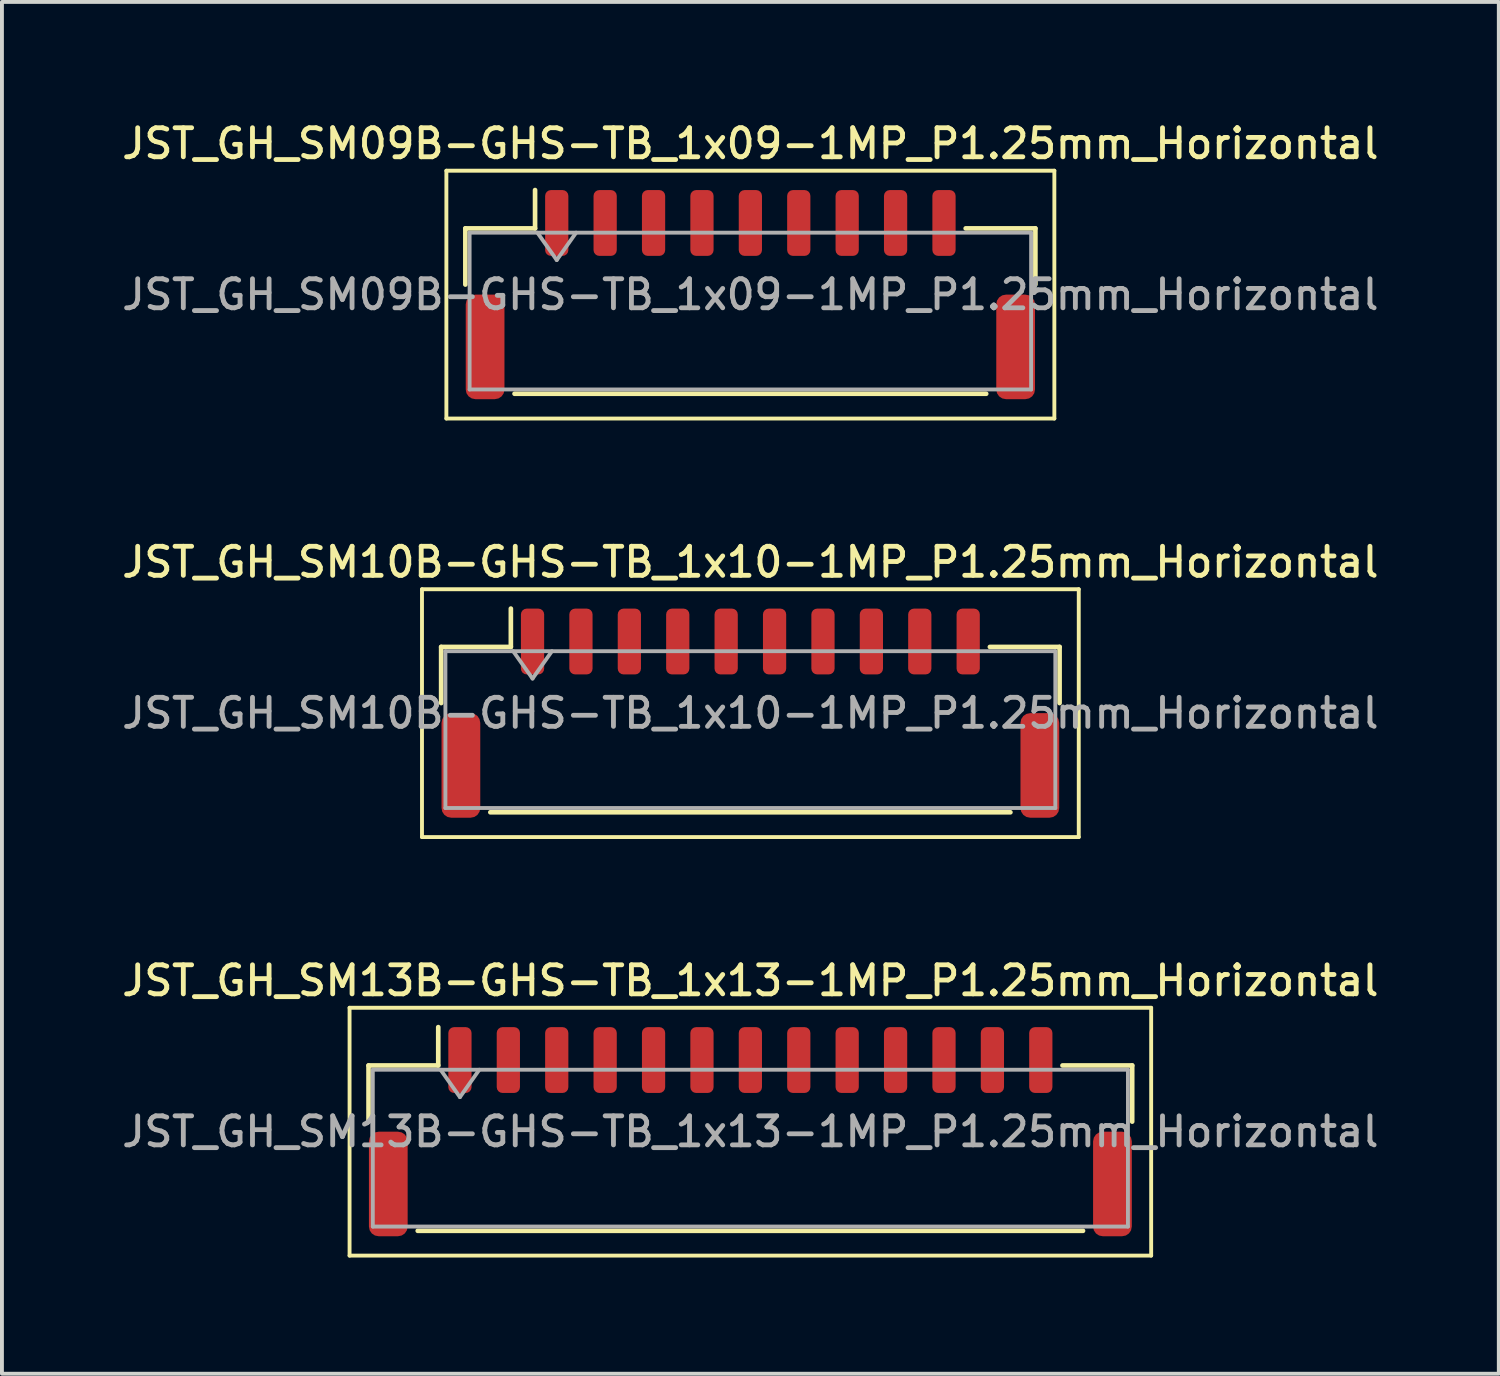
<source format=kicad_pcb>
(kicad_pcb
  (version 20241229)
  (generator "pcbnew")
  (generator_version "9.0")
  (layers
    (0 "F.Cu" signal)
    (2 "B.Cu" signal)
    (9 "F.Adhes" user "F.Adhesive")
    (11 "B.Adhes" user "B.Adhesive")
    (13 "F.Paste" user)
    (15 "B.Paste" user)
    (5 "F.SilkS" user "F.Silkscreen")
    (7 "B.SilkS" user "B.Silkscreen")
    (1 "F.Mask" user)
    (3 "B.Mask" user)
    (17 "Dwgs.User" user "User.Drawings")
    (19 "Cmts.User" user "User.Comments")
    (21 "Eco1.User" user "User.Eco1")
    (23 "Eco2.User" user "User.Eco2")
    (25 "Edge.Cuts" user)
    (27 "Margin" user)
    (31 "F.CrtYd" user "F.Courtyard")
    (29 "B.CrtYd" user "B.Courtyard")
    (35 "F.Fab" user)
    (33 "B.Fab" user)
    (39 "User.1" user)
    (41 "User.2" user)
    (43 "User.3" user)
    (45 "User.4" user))
  (footprint "JST_GH_SM09B-GHS-TB_1x09-1MP_P1.25mm_Horizontal"
    (layer "F.Cu")
    (at 16.327 4.558)
    (property "Reference" "JST_GH_SM09B-GHS-TB_1x09-1MP_P1.25mm_Horizontal" (at 0 -3.9 0) (layer "F.SilkS") (effects (font (size 0.75 0.75) (thickness 0.125))))
    (attr smd)
    (fp_line (start -7.85 -3.2) (end -7.85 3.2) (stroke (width 0.1) (type solid)) (layer "F.SilkS"))
    (fp_line (start -7.85 3.2) (end 7.85 3.2) (stroke (width 0.1) (type solid)) (layer "F.SilkS"))
    (fp_line (start -7.36 -1.71) (end -5.56 -1.71) (stroke (width 0.12) (type solid)) (layer "F.SilkS"))
    (fp_line (start -7.36 -0.26) (end -7.36 -1.71) (stroke (width 0.12) (type solid)) (layer "F.SilkS"))
    (fp_line (start -6.09 2.56) (end 6.09 2.56) (stroke (width 0.12) (type solid)) (layer "F.SilkS"))
    (fp_line (start -5.56 -1.71) (end -5.56 -2.7) (stroke (width 0.12) (type solid)) (layer "F.SilkS"))
    (fp_line (start 7.36 -1.71) (end 5.56 -1.71) (stroke (width 0.12) (type solid)) (layer "F.SilkS"))
    (fp_line (start 7.36 -0.26) (end 7.36 -1.71) (stroke (width 0.12) (type solid)) (layer "F.SilkS"))
    (fp_line (start 7.85 -3.2) (end -7.85 -3.2) (stroke (width 0.1) (type solid)) (layer "F.SilkS"))
    (fp_line (start 7.85 3.2) (end 7.85 -3.2) (stroke (width 0.1) (type solid)) (layer "F.SilkS"))
    (fp_line (start -7.25 -1.6) (end -7.25 2.45) (stroke (width 0.1) (type solid)) (layer "F.Fab"))
    (fp_line (start -7.25 -1.6) (end 7.25 -1.6) (stroke (width 0.1) (type solid)) (layer "F.Fab"))
    (fp_line (start -7.25 2.45) (end 7.25 2.45) (stroke (width 0.1) (type solid)) (layer "F.Fab"))
    (fp_line (start -5.5 -1.6) (end -5 -0.893) (stroke (width 0.1) (type solid)) (layer "F.Fab"))
    (fp_line (start -5 -0.893) (end -4.5 -1.6) (stroke (width 0.1) (type solid)) (layer "F.Fab"))
    (fp_line (start 7.25 -1.6) (end 7.25 2.45) (stroke (width 0.1) (type solid)) (layer "F.Fab"))
    (fp_text user "${REFERENCE}" (at 0 0 0) (layer "F.Fab") (effects (font (size 0.75 0.75) (thickness 0.125))))
    (pad "1" smd roundrect (at -5 -1.85) (size 0.6 1.7) (layers "F.Cu" "F.Mask" "F.Paste") (roundrect_rratio 0.25))
    (pad "2" smd roundrect (at -3.75 -1.85) (size 0.6 1.7) (layers "F.Cu" "F.Mask" "F.Paste") (roundrect_rratio 0.25))
    (pad "3" smd roundrect (at -2.5 -1.85) (size 0.6 1.7) (layers "F.Cu" "F.Mask" "F.Paste") (roundrect_rratio 0.25))
    (pad "4" smd roundrect (at -1.25 -1.85) (size 0.6 1.7) (layers "F.Cu" "F.Mask" "F.Paste") (roundrect_rratio 0.25))
    (pad "5" smd roundrect (at 0 -1.85) (size 0.6 1.7) (layers "F.Cu" "F.Mask" "F.Paste") (roundrect_rratio 0.25))
    (pad "6" smd roundrect (at 1.25 -1.85) (size 0.6 1.7) (layers "F.Cu" "F.Mask" "F.Paste") (roundrect_rratio 0.25))
    (pad "7" smd roundrect (at 2.5 -1.85) (size 0.6 1.7) (layers "F.Cu" "F.Mask" "F.Paste") (roundrect_rratio 0.25))
    (pad "8" smd roundrect (at 3.75 -1.85) (size 0.6 1.7) (layers "F.Cu" "F.Mask" "F.Paste") (roundrect_rratio 0.25))
    (pad "9" smd roundrect (at 5 -1.85) (size 0.6 1.7) (layers "F.Cu" "F.Mask" "F.Paste") (roundrect_rratio 0.25))
    (pad "MP" smd roundrect (at -6.85 1.35) (size 1 2.7) (layers "F.Cu" "F.Mask" "F.Paste") (roundrect_rratio 0.25))
    (pad "MP" smd roundrect (at 6.85 1.35) (size 1 2.7) (layers "F.Cu" "F.Mask" "F.Paste") (roundrect_rratio 0.25)))
  (footprint "JST_GH_SM13B-GHS-TB_1x13-1MP_P1.25mm_Horizontal"
    (layer "F.Cu")
    (at 16.327 26.174)
    (property "Reference" "JST_GH_SM13B-GHS-TB_1x13-1MP_P1.25mm_Horizontal" (at 0 -3.9 0) (layer "F.SilkS") (effects (font (size 0.75 0.75) (thickness 0.125))))
    (attr smd)
    (fp_line (start -10.35 -3.2) (end -10.35 3.2) (stroke (width 0.1) (type solid)) (layer "F.SilkS"))
    (fp_line (start -10.35 3.2) (end 10.35 3.2) (stroke (width 0.1) (type solid)) (layer "F.SilkS"))
    (fp_line (start -9.86 -1.71) (end -8.06 -1.71) (stroke (width 0.12) (type solid)) (layer "F.SilkS"))
    (fp_line (start -9.86 -0.26) (end -9.86 -1.71) (stroke (width 0.12) (type solid)) (layer "F.SilkS"))
    (fp_line (start -8.59 2.56) (end 8.59 2.56) (stroke (width 0.12) (type solid)) (layer "F.SilkS"))
    (fp_line (start -8.06 -1.71) (end -8.06 -2.7) (stroke (width 0.12) (type solid)) (layer "F.SilkS"))
    (fp_line (start 9.86 -1.71) (end 8.06 -1.71) (stroke (width 0.12) (type solid)) (layer "F.SilkS"))
    (fp_line (start 9.86 -0.26) (end 9.86 -1.71) (stroke (width 0.12) (type solid)) (layer "F.SilkS"))
    (fp_line (start 10.35 -3.2) (end -10.35 -3.2) (stroke (width 0.1) (type solid)) (layer "F.SilkS"))
    (fp_line (start 10.35 3.2) (end 10.35 -3.2) (stroke (width 0.1) (type solid)) (layer "F.SilkS"))
    (fp_line (start -9.75 -1.6) (end -9.75 2.45) (stroke (width 0.1) (type solid)) (layer "F.Fab"))
    (fp_line (start -9.75 -1.6) (end 9.75 -1.6) (stroke (width 0.1) (type solid)) (layer "F.Fab"))
    (fp_line (start -9.75 2.45) (end 9.75 2.45) (stroke (width 0.1) (type solid)) (layer "F.Fab"))
    (fp_line (start -8 -1.6) (end -7.5 -0.893) (stroke (width 0.1) (type solid)) (layer "F.Fab"))
    (fp_line (start -7.5 -0.893) (end -7 -1.6) (stroke (width 0.1) (type solid)) (layer "F.Fab"))
    (fp_line (start 9.75 -1.6) (end 9.75 2.45) (stroke (width 0.1) (type solid)) (layer "F.Fab"))
    (fp_text user "${REFERENCE}" (at 0 0 0) (layer "F.Fab") (effects (font (size 0.75 0.75) (thickness 0.125))))
    (pad "1" smd roundrect (at -7.5 -1.85) (size 0.6 1.7) (layers "F.Cu" "F.Mask" "F.Paste") (roundrect_rratio 0.25))
    (pad "2" smd roundrect (at -6.25 -1.85) (size 0.6 1.7) (layers "F.Cu" "F.Mask" "F.Paste") (roundrect_rratio 0.25))
    (pad "3" smd roundrect (at -5 -1.85) (size 0.6 1.7) (layers "F.Cu" "F.Mask" "F.Paste") (roundrect_rratio 0.25))
    (pad "4" smd roundrect (at -3.75 -1.85) (size 0.6 1.7) (layers "F.Cu" "F.Mask" "F.Paste") (roundrect_rratio 0.25))
    (pad "5" smd roundrect (at -2.5 -1.85) (size 0.6 1.7) (layers "F.Cu" "F.Mask" "F.Paste") (roundrect_rratio 0.25))
    (pad "6" smd roundrect (at -1.25 -1.85) (size 0.6 1.7) (layers "F.Cu" "F.Mask" "F.Paste") (roundrect_rratio 0.25))
    (pad "7" smd roundrect (at 0 -1.85) (size 0.6 1.7) (layers "F.Cu" "F.Mask" "F.Paste") (roundrect_rratio 0.25))
    (pad "8" smd roundrect (at 1.25 -1.85) (size 0.6 1.7) (layers "F.Cu" "F.Mask" "F.Paste") (roundrect_rratio 0.25))
    (pad "9" smd roundrect (at 2.5 -1.85) (size 0.6 1.7) (layers "F.Cu" "F.Mask" "F.Paste") (roundrect_rratio 0.25))
    (pad "10" smd roundrect (at 3.75 -1.85) (size 0.6 1.7) (layers "F.Cu" "F.Mask" "F.Paste") (roundrect_rratio 0.25))
    (pad "11" smd roundrect (at 5 -1.85) (size 0.6 1.7) (layers "F.Cu" "F.Mask" "F.Paste") (roundrect_rratio 0.25))
    (pad "12" smd roundrect (at 6.25 -1.85) (size 0.6 1.7) (layers "F.Cu" "F.Mask" "F.Paste") (roundrect_rratio 0.25))
    (pad "13" smd roundrect (at 7.5 -1.85) (size 0.6 1.7) (layers "F.Cu" "F.Mask" "F.Paste") (roundrect_rratio 0.25))
    (pad "MP" smd roundrect (at -9.35 1.35) (size 1 2.7) (layers "F.Cu" "F.Mask" "F.Paste") (roundrect_rratio 0.25))
    (pad "MP" smd roundrect (at 9.35 1.35) (size 1 2.7) (layers "F.Cu" "F.Mask" "F.Paste") (roundrect_rratio 0.25)))
  (footprint "JST_GH_SM10B-GHS-TB_1x10-1MP_P1.25mm_Horizontal"
    (layer "F.Cu")
    (at 16.327 15.366)
    (property "Reference" "JST_GH_SM10B-GHS-TB_1x10-1MP_P1.25mm_Horizontal" (at 0 -3.9 0) (layer "F.SilkS") (effects (font (size 0.75 0.75) (thickness 0.125))))
    (attr smd)
    (fp_line (start -8.48 -3.2) (end -8.48 3.2) (stroke (width 0.1) (type solid)) (layer "F.SilkS"))
    (fp_line (start -8.48 3.2) (end 8.48 3.2) (stroke (width 0.1) (type solid)) (layer "F.SilkS"))
    (fp_line (start -7.985 -1.71) (end -6.185 -1.71) (stroke (width 0.12) (type solid)) (layer "F.SilkS"))
    (fp_line (start -7.985 -0.26) (end -7.985 -1.71) (stroke (width 0.12) (type solid)) (layer "F.SilkS"))
    (fp_line (start -6.715 2.56) (end 6.715 2.56) (stroke (width 0.12) (type solid)) (layer "F.SilkS"))
    (fp_line (start -6.185 -1.71) (end -6.185 -2.7) (stroke (width 0.12) (type solid)) (layer "F.SilkS"))
    (fp_line (start 7.985 -1.71) (end 6.185 -1.71) (stroke (width 0.12) (type solid)) (layer "F.SilkS"))
    (fp_line (start 7.985 -0.26) (end 7.985 -1.71) (stroke (width 0.12) (type solid)) (layer "F.SilkS"))
    (fp_line (start 8.48 -3.2) (end -8.48 -3.2) (stroke (width 0.1) (type solid)) (layer "F.SilkS"))
    (fp_line (start 8.48 3.2) (end 8.48 -3.2) (stroke (width 0.1) (type solid)) (layer "F.SilkS"))
    (fp_line (start -7.875 -1.6) (end -7.875 2.45) (stroke (width 0.1) (type solid)) (layer "F.Fab"))
    (fp_line (start -7.875 -1.6) (end 7.875 -1.6) (stroke (width 0.1) (type solid)) (layer "F.Fab"))
    (fp_line (start -7.875 2.45) (end 7.875 2.45) (stroke (width 0.1) (type solid)) (layer "F.Fab"))
    (fp_line (start -6.125 -1.6) (end -5.625 -0.893) (stroke (width 0.1) (type solid)) (layer "F.Fab"))
    (fp_line (start -5.625 -0.893) (end -5.125 -1.6) (stroke (width 0.1) (type solid)) (layer "F.Fab"))
    (fp_line (start 7.875 -1.6) (end 7.875 2.45) (stroke (width 0.1) (type solid)) (layer "F.Fab"))
    (fp_text user "${REFERENCE}" (at 0 0 0) (layer "F.Fab") (effects (font (size 0.75 0.75) (thickness 0.125))))
    (pad "1" smd roundrect (at -5.625 -1.85) (size 0.6 1.7) (layers "F.Cu" "F.Mask" "F.Paste") (roundrect_rratio 0.25))
    (pad "2" smd roundrect (at -4.375 -1.85) (size 0.6 1.7) (layers "F.Cu" "F.Mask" "F.Paste") (roundrect_rratio 0.25))
    (pad "3" smd roundrect (at -3.125 -1.85) (size 0.6 1.7) (layers "F.Cu" "F.Mask" "F.Paste") (roundrect_rratio 0.25))
    (pad "4" smd roundrect (at -1.875 -1.85) (size 0.6 1.7) (layers "F.Cu" "F.Mask" "F.Paste") (roundrect_rratio 0.25))
    (pad "5" smd roundrect (at -0.625 -1.85) (size 0.6 1.7) (layers "F.Cu" "F.Mask" "F.Paste") (roundrect_rratio 0.25))
    (pad "6" smd roundrect (at 0.625 -1.85) (size 0.6 1.7) (layers "F.Cu" "F.Mask" "F.Paste") (roundrect_rratio 0.25))
    (pad "7" smd roundrect (at 1.875 -1.85) (size 0.6 1.7) (layers "F.Cu" "F.Mask" "F.Paste") (roundrect_rratio 0.25))
    (pad "8" smd roundrect (at 3.125 -1.85) (size 0.6 1.7) (layers "F.Cu" "F.Mask" "F.Paste") (roundrect_rratio 0.25))
    (pad "9" smd roundrect (at 4.375 -1.85) (size 0.6 1.7) (layers "F.Cu" "F.Mask" "F.Paste") (roundrect_rratio 0.25))
    (pad "10" smd roundrect (at 5.625 -1.85) (size 0.6 1.7) (layers "F.Cu" "F.Mask" "F.Paste") (roundrect_rratio 0.25))
    (pad "MP" smd roundrect (at -7.475 1.35) (size 1 2.7) (layers "F.Cu" "F.Mask" "F.Paste") (roundrect_rratio 0.25))
    (pad "MP" smd roundrect (at 7.475 1.35) (size 1 2.7) (layers "F.Cu" "F.Mask" "F.Paste") (roundrect_rratio 0.25)))
  (gr_rect
    (start -3 -3)
    (end 35.654 32.424)
    (stroke (width 0.1) (type default))
    (fill no)
    (layer "Edge.Cuts")))
</source>
